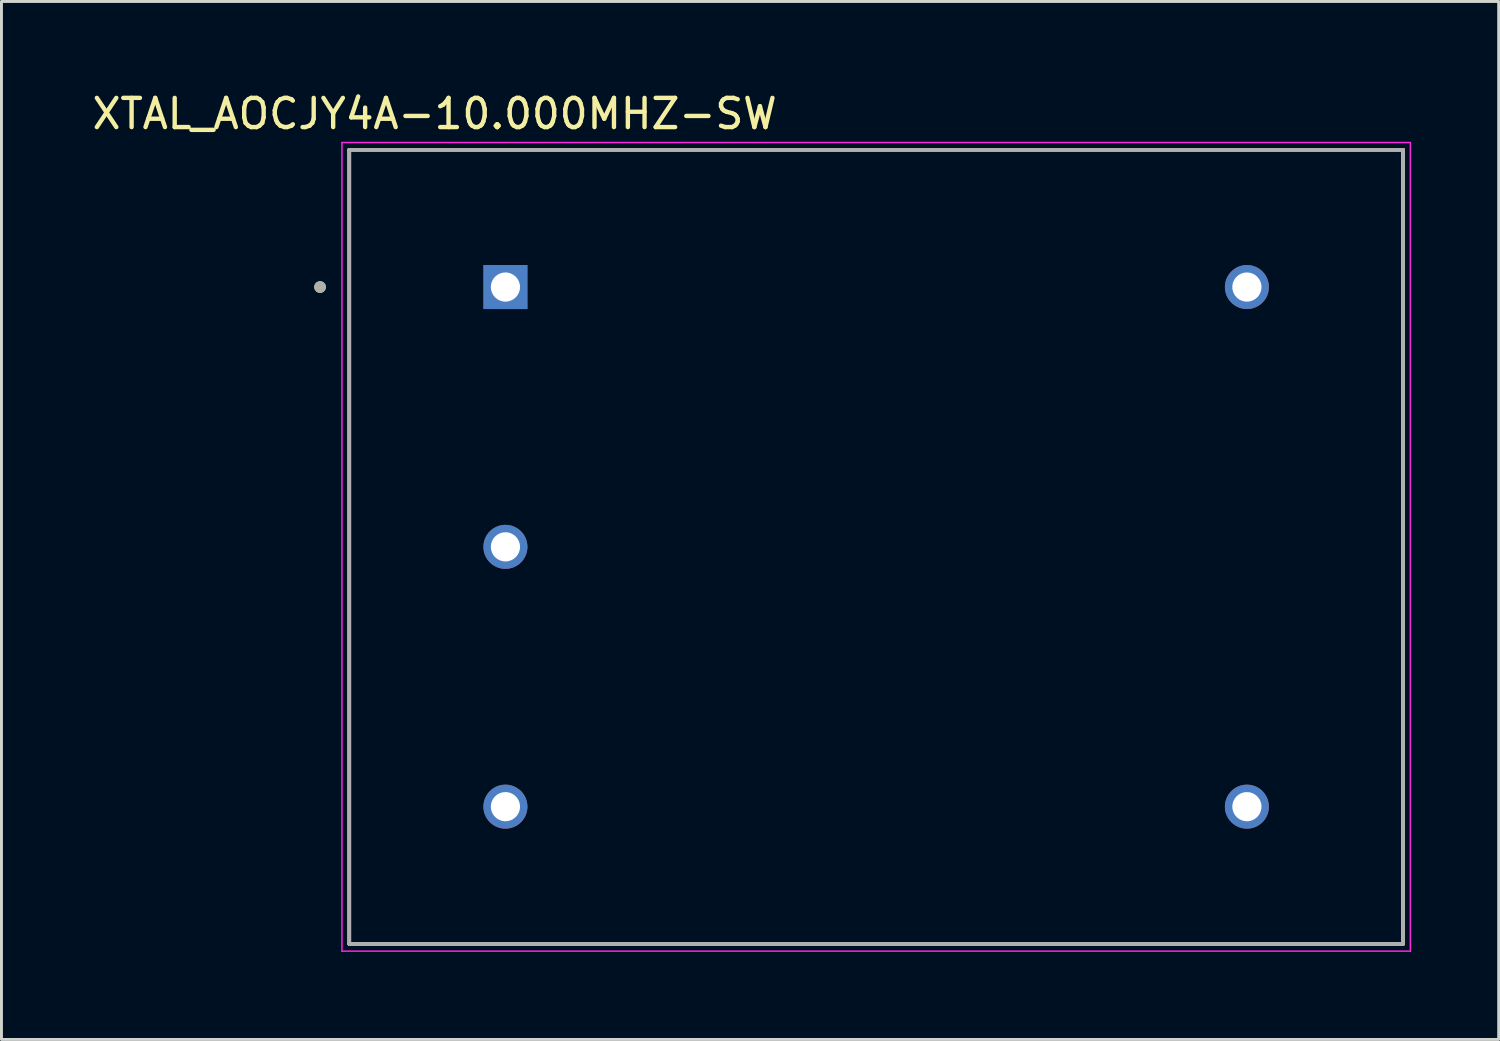
<source format=kicad_pcb>
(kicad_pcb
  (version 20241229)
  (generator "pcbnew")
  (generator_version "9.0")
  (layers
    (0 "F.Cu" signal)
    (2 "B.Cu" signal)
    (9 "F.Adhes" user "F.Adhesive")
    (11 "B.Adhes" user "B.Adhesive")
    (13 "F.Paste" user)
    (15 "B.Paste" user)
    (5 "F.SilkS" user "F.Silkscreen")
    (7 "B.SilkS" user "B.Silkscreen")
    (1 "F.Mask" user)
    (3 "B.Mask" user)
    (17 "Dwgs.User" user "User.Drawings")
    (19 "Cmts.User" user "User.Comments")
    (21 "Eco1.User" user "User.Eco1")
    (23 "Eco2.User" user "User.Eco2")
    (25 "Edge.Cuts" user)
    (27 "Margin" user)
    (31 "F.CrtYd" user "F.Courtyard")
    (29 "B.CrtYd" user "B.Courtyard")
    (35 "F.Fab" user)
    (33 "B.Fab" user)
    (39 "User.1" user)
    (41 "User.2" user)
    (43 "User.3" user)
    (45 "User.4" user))
  (footprint "XTAL_AOCJY4A-10.000MHZ-SW"
    (layer "F.Cu")
    (at 26.964 15.683)
    (property "Reference" "XTAL_AOCJY4A-10.000MHZ-SW" (at -15.125 -14.835 0) (layer "F.SilkS") (effects (font (size 1 1) (thickness 0.15))))
    (attr through_hole)
    (fp_line (start -18.05 -13.6) (end 18.05 -13.6) (stroke (width 0.127) (type solid)) (layer "F.SilkS"))
    (fp_line (start -18.05 13.6) (end -18.05 -13.6) (stroke (width 0.127) (type solid)) (layer "F.SilkS"))
    (fp_line (start 18.05 -13.6) (end 18.05 13.6) (stroke (width 0.127) (type solid)) (layer "F.SilkS"))
    (fp_line (start 18.05 13.6) (end -18.05 13.6) (stroke (width 0.127) (type solid)) (layer "F.SilkS"))
    (fp_circle (center -19.05 -8.9) (end -18.95 -8.9) (stroke (width 0.2) (type solid)) (fill no) (layer "F.SilkS"))
    (fp_line (start -18.3 -13.85) (end 18.3 -13.85) (stroke (width 0.05) (type solid)) (layer "F.CrtYd"))
    (fp_line (start -18.3 13.85) (end -18.3 -13.85) (stroke (width 0.05) (type solid)) (layer "F.CrtYd"))
    (fp_line (start 18.3 -13.85) (end 18.3 13.85) (stroke (width 0.05) (type solid)) (layer "F.CrtYd"))
    (fp_line (start 18.3 13.85) (end -18.3 13.85) (stroke (width 0.05) (type solid)) (layer "F.CrtYd"))
    (fp_line (start -18.05 -13.6) (end 18.05 -13.6) (stroke (width 0.127) (type solid)) (layer "F.Fab"))
    (fp_line (start -18.05 13.6) (end -18.05 -13.6) (stroke (width 0.127) (type solid)) (layer "F.Fab"))
    (fp_line (start 18.05 -13.6) (end 18.05 13.6) (stroke (width 0.127) (type solid)) (layer "F.Fab"))
    (fp_line (start 18.05 13.6) (end -18.05 13.6) (stroke (width 0.127) (type solid)) (layer "F.Fab"))
    (fp_circle (center -19.05 -8.9) (end -18.95 -8.9) (stroke (width 0.2) (type solid)) (fill no) (layer "F.Fab"))
    (pad "1" thru_hole rect (at -12.7 -8.9) (size 1.508 1.508) (drill 1) (layers "*.Cu" "*.Mask"))
    (pad "2" thru_hole circle (at -12.7 0) (size 1.508 1.508) (drill 1) (layers "*.Cu" "*.Mask"))
    (pad "3" thru_hole circle (at -12.7 8.9) (size 1.508 1.508) (drill 1) (layers "*.Cu" "*.Mask"))
    (pad "4" thru_hole circle (at 12.7 8.9) (size 1.508 1.508) (drill 1) (layers "*.Cu" "*.Mask"))
    (pad "5" thru_hole circle (at 12.7 -8.9) (size 1.508 1.508) (drill 1) (layers "*.Cu" "*.Mask")))
  (gr_rect
    (start -3 -3)
    (end 48.289 32.558)
    (stroke (width 0.1) (type default))
    (fill no)
    (layer "Edge.Cuts")))
</source>
